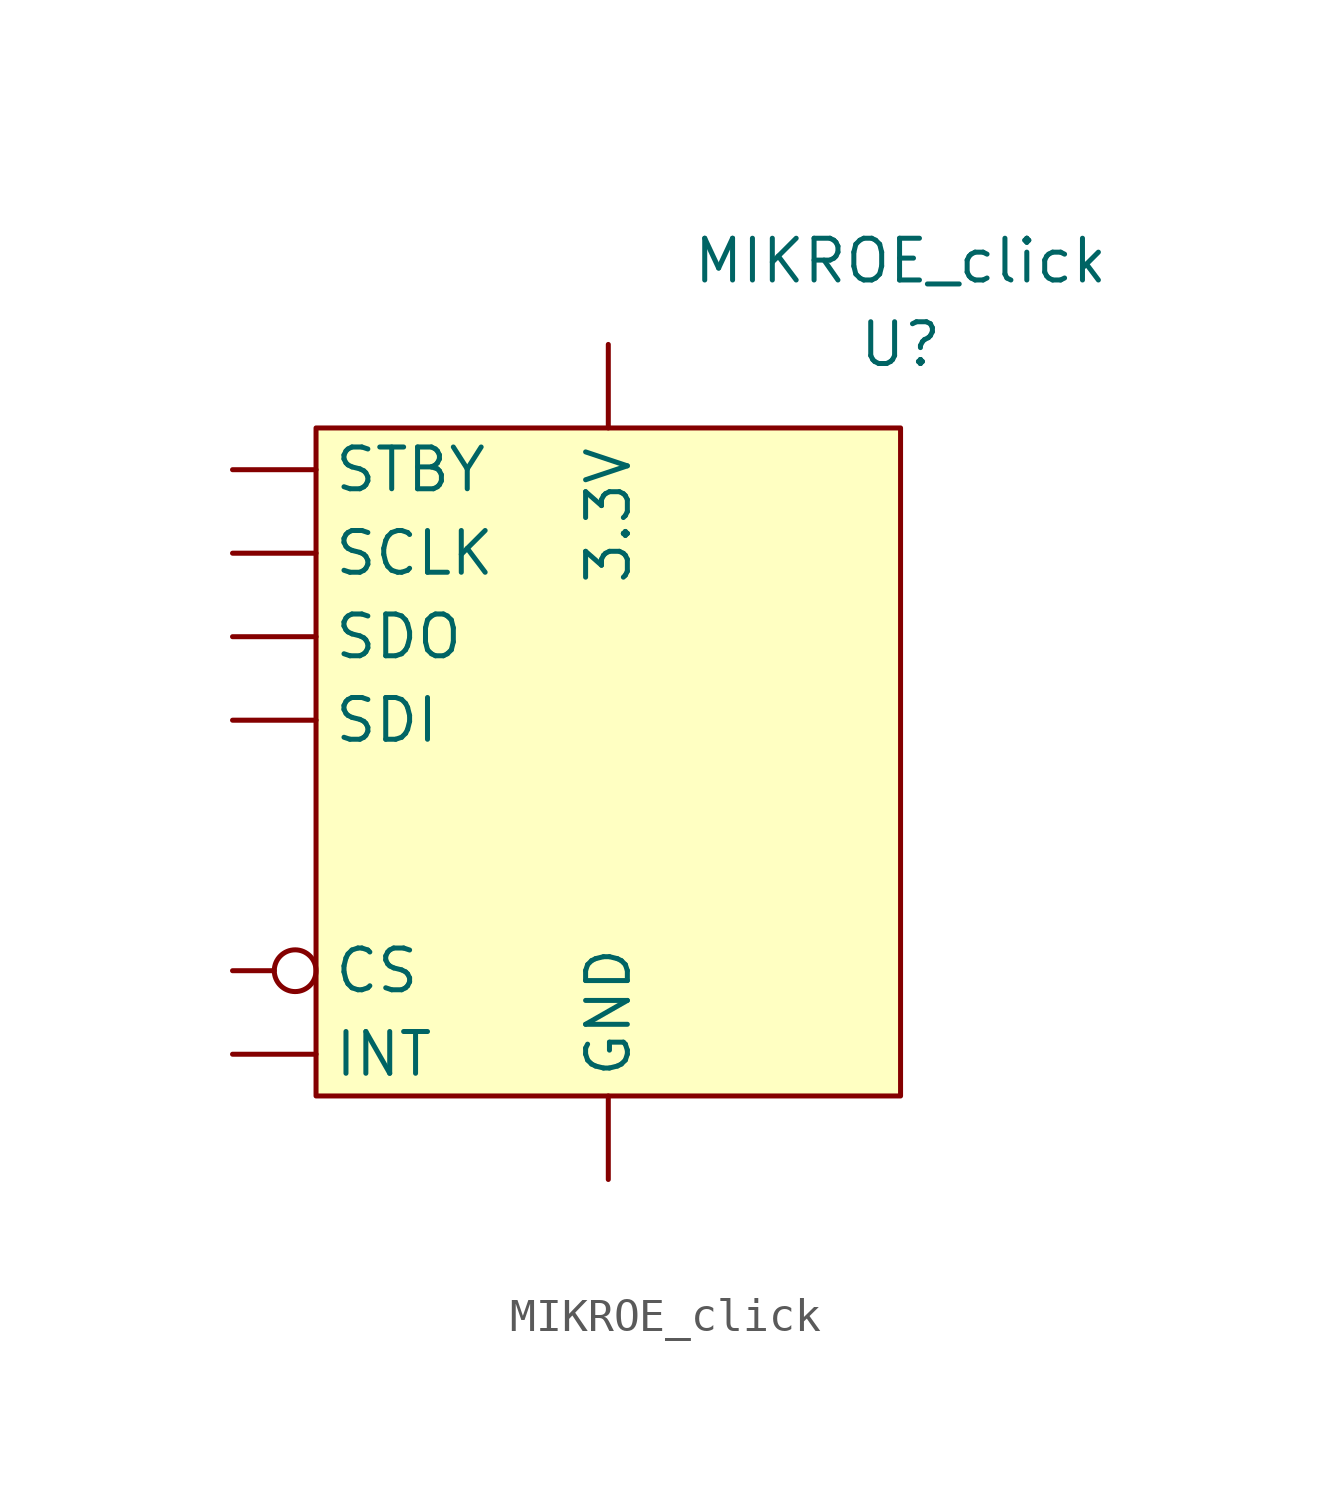
<source format=kicad_sym>
(kicad_symbol_lib
  (version 20211014)
  (generator kicad_symbol_editor)
  (symbol "MIKROE_click"
    (property "Reference" "U"
      (at 8.89 10.16 0)
      (effects (font (size 1.27 1.27))))
    (property "Value" "MIKROE_click"
      (at 8.89 12.7 0)
      (effects (font (size 1.27 1.27))))
    (symbol "MIKROE_click_0_1"
      (rectangle (start -8.89 7.62) (end 8.89 -12.7) (stroke (width 0) (type default) (color 0 0 0 0)) (fill (type background))))
    (symbol "MIKROE_click_1_1"
      (pin power_in line (at 0 10.16 270) (length 2.54) (name "3.3V" (effects (font (size 1.27 1.27)))) (number "" (effects (font (size 1.27 1.27)))))
      (pin input inverted (at -11.43 -8.89 0) (length 2.54) (name "CS" (effects (font (size 1.27 1.27)))) (number "" (effects (font (size 1.27 1.27)))))
      (pin passive line (at 0 -15.24 90) (length 2.54) (name "GND" (effects (font (size 1.27 1.27)))) (number "" (effects (font (size 1.27 1.27)))))
      (pin output line (at -11.43 -11.43 0) (length 2.54) (name "INT" (effects (font (size 1.27 1.27)))) (number "" (effects (font (size 1.27 1.27)))))
      (pin input line (at -11.43 3.81 0) (length 2.54) (name "SCLK" (effects (font (size 1.27 1.27)))) (number "" (effects (font (size 1.27 1.27)))))
      (pin input line (at -11.43 -1.27 0) (length 2.54) (name "SDI" (effects (font (size 1.27 1.27)))) (number "" (effects (font (size 1.27 1.27)))))
      (pin output line (at -11.43 1.27 0) (length 2.54) (name "SDO" (effects (font (size 1.27 1.27)))) (number "" (effects (font (size 1.27 1.27)))))
      (pin input line (at -11.43 6.35 0) (length 2.54) (name "STBY" (effects (font (size 1.27 1.27)))) (number "" (effects (font (size 1.27 1.27))))))))
</source>
